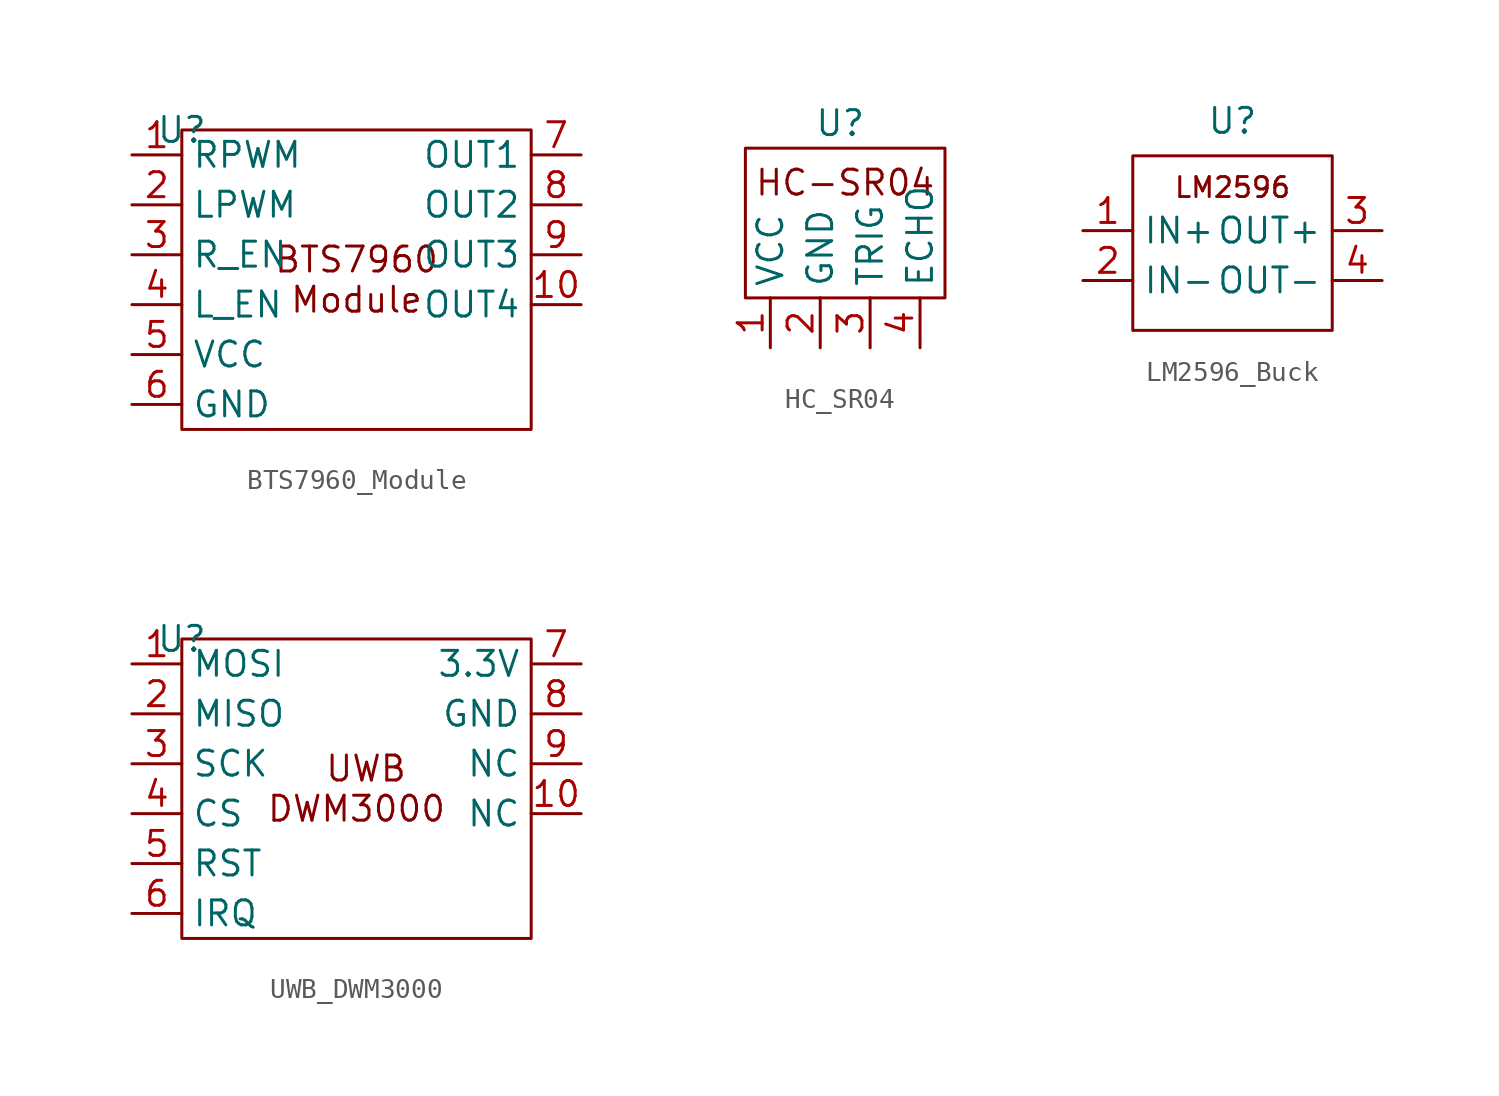
<source format=kicad_sym>
(kicad_symbol_lib
  (version 20241209)
  (generator "kicad_symbol_editor")
  (generator_version "9.0")
  (symbol "BTS7960_Module"
    (property "Reference" "U"
      (at 0 0 0)
      (effects (font (size 1.27 1.27))))
    (property "Value" ""
      (at 0 0 0)
      (effects (font (size 1.27 1.27))))
    (symbol "BTS7960_Module_1_1"
      (text_box "BTS7960 Module" (at 0 0 0) (size 17.78 -15.24) (margins 1.016 1.016 1.016 1.016) (stroke (width 0) (type solid)) (fill (type color) (color 0 0 0 0)) (effects (font (size 1.27 1.27))))
      (pin input line (at -2.54 -1.27 0) (length 2.54) (name "RPWM" (effects (font (size 1.27 1.27)))) (number "1" (effects (font (size 1.27 1.27)))))
      (pin input line (at -2.54 -3.81 0) (length 2.54) (name "LPWM" (effects (font (size 1.27 1.27)))) (number "2" (effects (font (size 1.27 1.27)))))
      (pin input line (at -2.54 -6.35 0) (length 2.54) (name "R_EN" (effects (font (size 1.27 1.27)))) (number "3" (effects (font (size 1.27 1.27)))))
      (pin input line (at -2.54 -8.89 0) (length 2.54) (name "L_EN" (effects (font (size 1.27 1.27)))) (number "4" (effects (font (size 1.27 1.27)))))
      (pin power_in line (at -2.54 -11.43 0) (length 2.54) (name "VCC" (effects (font (size 1.27 1.27)))) (number "5" (effects (font (size 1.27 1.27)))))
      (pin power_in line (at -2.54 -13.97 0) (length 2.54) (name "GND" (effects (font (size 1.27 1.27)))) (number "6" (effects (font (size 1.27 1.27)))))
      (pin passive line (at 20.32 -1.27 180) (length 2.54) (name "OUT1" (effects (font (size 1.27 1.27)))) (number "7" (effects (font (size 1.27 1.27)))))
      (pin passive line (at 20.32 -3.81 180) (length 2.54) (name "OUT2" (effects (font (size 1.27 1.27)))) (number "8" (effects (font (size 1.27 1.27)))))
      (pin passive line (at 20.32 -6.35 180) (length 2.54) (name "OUT3" (effects (font (size 1.27 1.27)))) (number "9" (effects (font (size 1.27 1.27)))))
      (pin passive line (at 20.32 -8.89 180) (length 2.54) (name "OUT4" (effects (font (size 1.27 1.27)))) (number "10" (effects (font (size 1.27 1.27)))))))
  (symbol "HC_SR04"
    (property "Reference" "U"
      (at -0.254 6.35 0)
      (effects (font (size 1.27 1.27))))
    (property "Value" ""
      (at 0 0 0)
      (effects (font (size 1.27 1.27))))
    (symbol "HC_SR04_1_1"
      (text_box "HC-SR04" (at -5.08 5.08 0) (size 10.16 -7.62) (margins 1.016 1.016 1.016 1.016) (stroke (width 0) (type solid)) (fill (type none)) (effects (font (size 1.27 1.27)) (justify top)))
      (pin power_in line (at -3.81 -5.08 90) (length 2.54) (name "VCC" (effects (font (size 1.27 1.27)))) (number "1" (effects (font (size 1.27 1.27)))))
      (pin power_in line (at -1.27 -5.08 90) (length 2.54) (name "GND" (effects (font (size 1.27 1.27)))) (number "2" (effects (font (size 1.27 1.27)))))
      (pin input line (at 1.27 -5.08 90) (length 2.54) (name "TRIG" (effects (font (size 1.27 1.27)))) (number "3" (effects (font (size 1.27 1.27)))))
      (pin output line (at 3.81 -5.08 90) (length 2.54) (name "ECHO" (effects (font (size 1.27 1.27)))) (number "4" (effects (font (size 1.27 1.27)))))))
  (symbol "LM2596_Buck"
    (property "Reference" "U"
      (at 5.08 1.778 0)
      (effects (font (size 1.27 1.27))))
    (property "Value" ""
      (at 0 0 0)
      (effects (font (size 1.27 1.27))))
    (symbol "LM2596_Buck_1_1"
      (text_box "LM2596" (at 0 0 0) (size 10.16 -8.89) (margins 1.016 1.016 1.016 1.016) (stroke (width 0) (type solid)) (fill (type none)) (effects (font (size 1.016 1.016)) (justify top)))
      (pin power_in line (at -2.54 -3.81 0) (length 2.54) (name "IN+" (effects (font (size 1.27 1.27)))) (number "1" (effects (font (size 1.27 1.27)))))
      (pin power_in line (at -2.54 -6.35 0) (length 2.54) (name "IN-" (effects (font (size 1.27 1.27)))) (number "2" (effects (font (size 1.27 1.27)))))
      (pin power_out line (at 12.7 -3.81 180) (length 2.54) (name "OUT+" (effects (font (size 1.27 1.27)))) (number "3" (effects (font (size 1.27 1.27)))))
      (pin power_out line (at 12.7 -6.35 180) (length 2.54) (name "OUT-" (effects (font (size 1.27 1.27)))) (number "4" (effects (font (size 1.27 1.27)))))))
  (symbol "UWB_DWM3000"
    (property "Reference" "U"
      (at 0 0 0)
      (effects (font (size 1.27 1.27))))
    (property "Value" ""
      (at 0 0 0)
      (effects (font (size 1.27 1.27))))
    (symbol "UWB_DWM3000_1_1"
      (text_box " UWB \nDWM3000\n" (at 0 0 0) (size 17.78 -15.24) (margins 1.016 1.016 1.016 1.016) (stroke (width 0) (type solid)) (fill (type none)) (effects (font (size 1.27 1.27))))
      (pin input line (at -2.54 -1.27 0) (length 2.54) (name "MOSI" (effects (font (size 1.27 1.27)))) (number "1" (effects (font (size 1.27 1.27)))))
      (pin output line (at -2.54 -3.81 0) (length 2.54) (name "MISO" (effects (font (size 1.27 1.27)))) (number "2" (effects (font (size 1.27 1.27)))))
      (pin input line (at -2.54 -6.35 0) (length 2.54) (name "SCK" (effects (font (size 1.27 1.27)))) (number "3" (effects (font (size 1.27 1.27)))))
      (pin input line (at -2.54 -8.89 0) (length 2.54) (name "CS" (effects (font (size 1.27 1.27)))) (number "4" (effects (font (size 1.27 1.27)))))
      (pin input line (at -2.54 -11.43 0) (length 2.54) (name "RST" (effects (font (size 1.27 1.27)))) (number "5" (effects (font (size 1.27 1.27)))))
      (pin output line (at -2.54 -13.97 0) (length 2.54) (name "IRQ" (effects (font (size 1.27 1.27)))) (number "6" (effects (font (size 1.27 1.27)))))
      (pin power_in line (at 20.32 -1.27 180) (length 2.54) (name "3.3V" (effects (font (size 1.27 1.27)))) (number "7" (effects (font (size 1.27 1.27)))))
      (pin power_in line (at 20.32 -3.81 180) (length 2.54) (name "GND" (effects (font (size 1.27 1.27)))) (number "8" (effects (font (size 1.27 1.27)))))
      (pin passive line (at 20.32 -6.35 180) (length 2.54) (name "NC" (effects (font (size 1.27 1.27)))) (number "9" (effects (font (size 1.27 1.27)))))
      (pin passive line (at 20.32 -8.89 180) (length 2.54) (name "NC" (effects (font (size 1.27 1.27)))) (number "10" (effects (font (size 1.27 1.27))))))))
</source>
